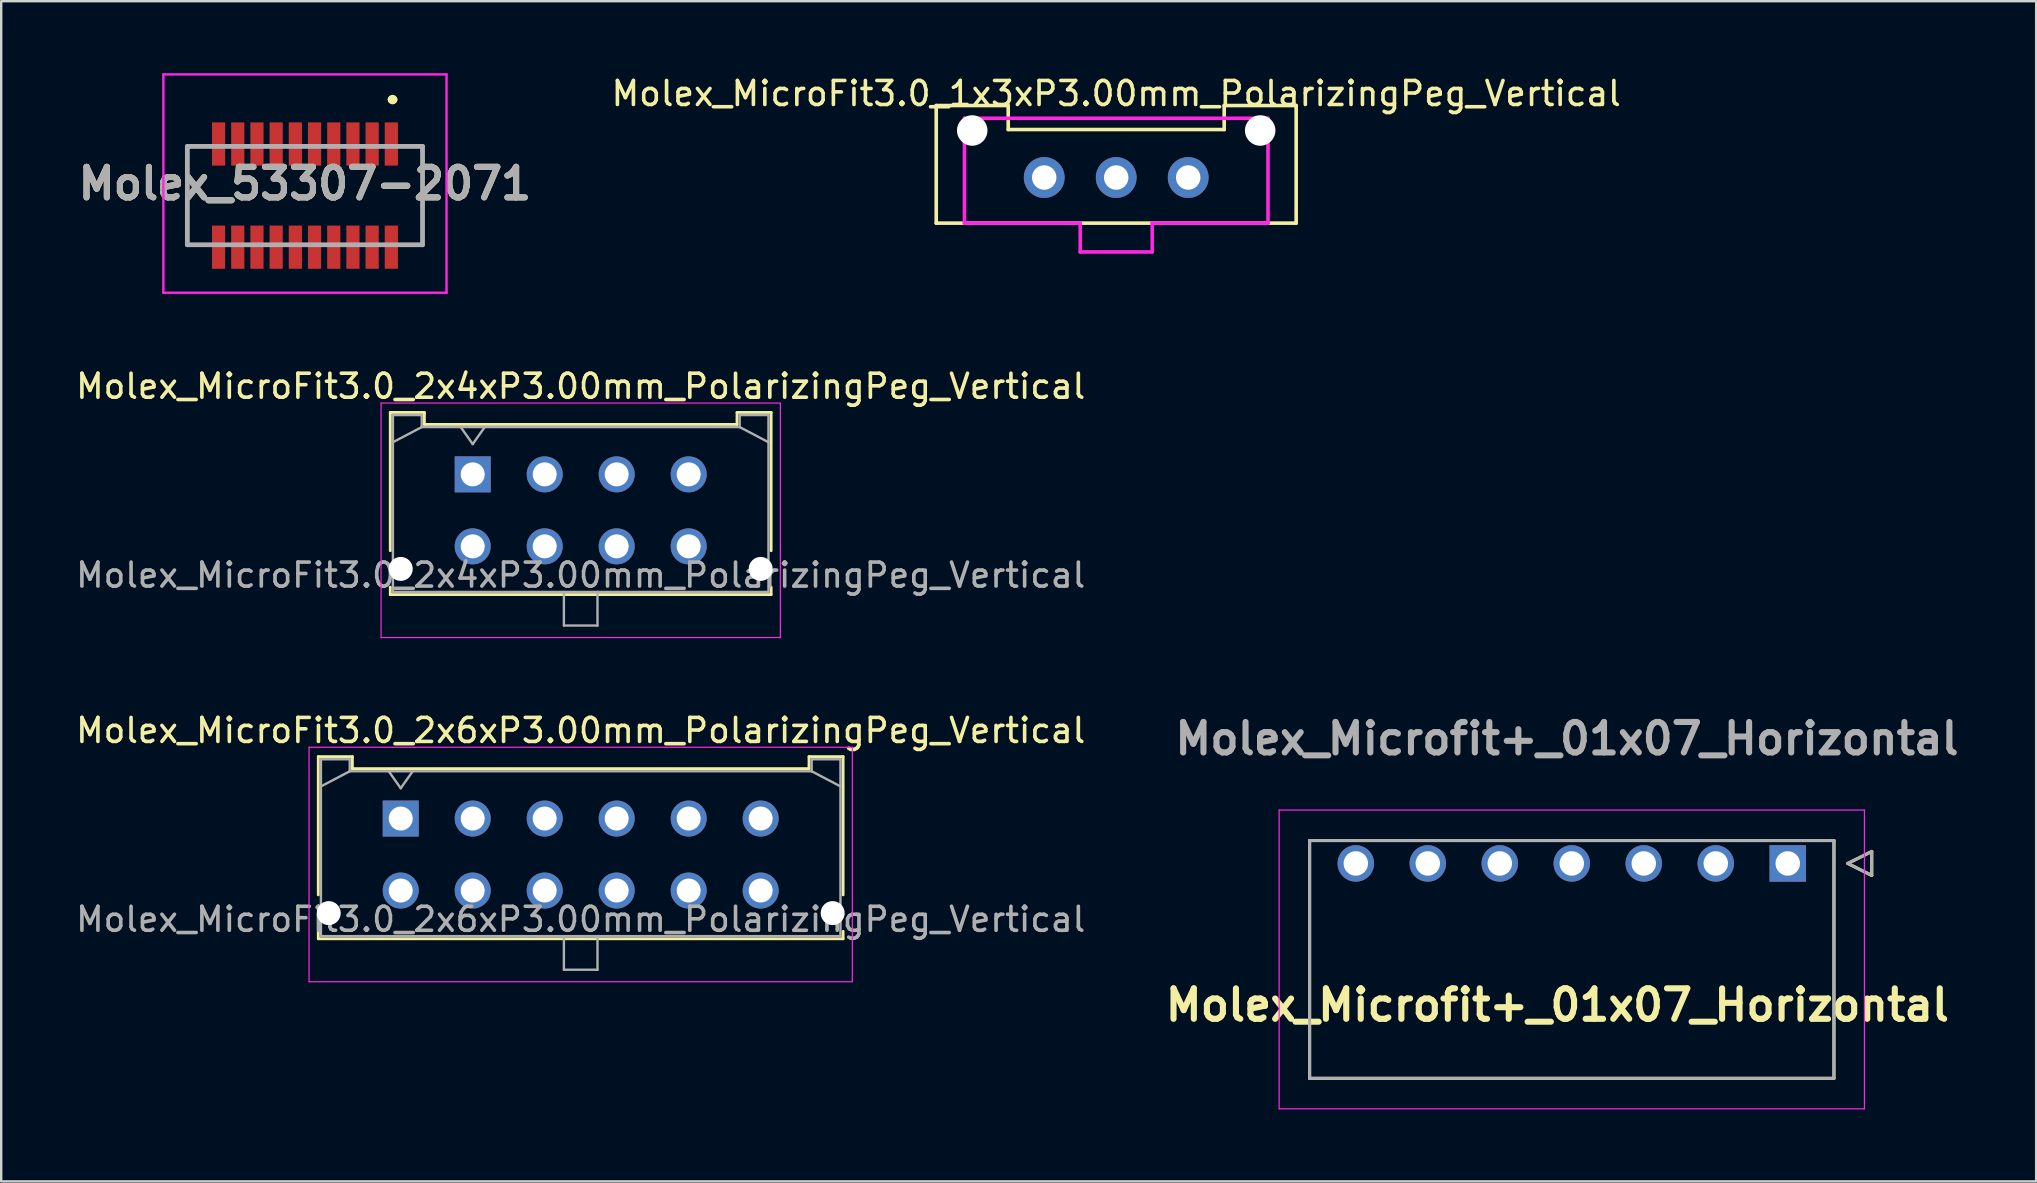
<source format=kicad_pcb>
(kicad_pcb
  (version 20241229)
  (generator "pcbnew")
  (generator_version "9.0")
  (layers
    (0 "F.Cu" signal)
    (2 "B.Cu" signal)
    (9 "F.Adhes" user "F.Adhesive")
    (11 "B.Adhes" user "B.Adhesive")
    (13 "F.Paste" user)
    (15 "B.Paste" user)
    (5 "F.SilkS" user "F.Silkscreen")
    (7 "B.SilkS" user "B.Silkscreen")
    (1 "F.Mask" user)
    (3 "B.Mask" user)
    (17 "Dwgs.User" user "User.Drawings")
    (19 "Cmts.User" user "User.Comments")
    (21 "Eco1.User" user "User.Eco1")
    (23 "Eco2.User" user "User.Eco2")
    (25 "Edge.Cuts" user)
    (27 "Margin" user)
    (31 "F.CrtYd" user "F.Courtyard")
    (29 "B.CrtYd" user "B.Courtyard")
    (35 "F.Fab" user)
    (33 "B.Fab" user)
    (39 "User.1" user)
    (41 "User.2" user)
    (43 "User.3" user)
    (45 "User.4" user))
  (footprint "Molex_MicroFit3.0_2x4xP3.00mm_PolarizingPeg_Vertical"
    (layer "F.Cu")
    (at 16.649 16.718)
    (property "Reference" "Molex_MicroFit3.0_2x4xP3.00mm_PolarizingPeg_Vertical" (at 4.5 -3.67 0) (layer "F.SilkS") (effects (font (size 1 1) (thickness 0.15))))
    (attr through_hole)
    (fp_line (start -3.435 -2.58) (end -2.015 -2.58) (stroke (width 0.12) (type solid)) (layer "F.SilkS"))
    (fp_line (start -3.435 3.18) (end -3.435 -2.58) (stroke (width 0.12) (type solid)) (layer "F.SilkS"))
    (fp_line (start -3.435 4.7) (end -3.435 5.01) (stroke (width 0.12) (type solid)) (layer "F.SilkS"))
    (fp_line (start -3.435 5.01) (end 12.435 5.01) (stroke (width 0.12) (type solid)) (layer "F.SilkS"))
    (fp_line (start -2.015 -2.58) (end -2.015 -2.08) (stroke (width 0.12) (type solid)) (layer "F.SilkS"))
    (fp_line (start -2.015 -2.08) (end 11.015 -2.08) (stroke (width 0.12) (type solid)) (layer "F.SilkS"))
    (fp_line (start 11.015 -2.58) (end 12.435 -2.58) (stroke (width 0.12) (type solid)) (layer "F.SilkS"))
    (fp_line (start 11.015 -2.08) (end 11.015 -2.58) (stroke (width 0.12) (type solid)) (layer "F.SilkS"))
    (fp_line (start 12.435 -2.58) (end 12.435 3.18) (stroke (width 0.12) (type solid)) (layer "F.SilkS"))
    (fp_line (start 12.435 5.01) (end 12.435 4.7) (stroke (width 0.12) (type solid)) (layer "F.SilkS"))
    (fp_line (start -3.82 -2.97) (end 12.82 -2.97) (stroke (width 0.05) (type solid)) (layer "F.CrtYd"))
    (fp_line (start -3.82 6.8) (end -3.82 -2.97) (stroke (width 0.05) (type solid)) (layer "F.CrtYd"))
    (fp_line (start 12.82 -2.97) (end 12.82 6.8) (stroke (width 0.05) (type solid)) (layer "F.CrtYd"))
    (fp_line (start 12.82 6.8) (end -3.82 6.8) (stroke (width 0.05) (type solid)) (layer "F.CrtYd"))
    (fp_line (start -3.325 -2.47) (end -3.325 4.9) (stroke (width 0.1) (type solid)) (layer "F.Fab"))
    (fp_line (start -3.325 -1.34) (end -2.125 -1.97) (stroke (width 0.1) (type solid)) (layer "F.Fab"))
    (fp_line (start -3.325 4.9) (end 12.325 4.9) (stroke (width 0.1) (type solid)) (layer "F.Fab"))
    (fp_line (start -2.125 -2.47) (end -3.325 -2.47) (stroke (width 0.1) (type solid)) (layer "F.Fab"))
    (fp_line (start -2.125 -1.97) (end -2.125 -2.47) (stroke (width 0.1) (type solid)) (layer "F.Fab"))
    (fp_line (start -0.5 -1.97) (end 0 -1.263) (stroke (width 0.1) (type solid)) (layer "F.Fab"))
    (fp_line (start 0 -1.263) (end 0.5 -1.97) (stroke (width 0.1) (type solid)) (layer "F.Fab"))
    (fp_line (start 3.8 4.9) (end 3.8 6.3) (stroke (width 0.1) (type solid)) (layer "F.Fab"))
    (fp_line (start 3.8 6.3) (end 5.2 6.3) (stroke (width 0.1) (type solid)) (layer "F.Fab"))
    (fp_line (start 5.2 6.3) (end 5.2 4.9) (stroke (width 0.1) (type solid)) (layer "F.Fab"))
    (fp_line (start 11.125 -2.47) (end 11.125 -1.97) (stroke (width 0.1) (type solid)) (layer "F.Fab"))
    (fp_line (start 11.125 -1.97) (end -2.125 -1.97) (stroke (width 0.1) (type solid)) (layer "F.Fab"))
    (fp_line (start 12.325 -2.47) (end 11.125 -2.47) (stroke (width 0.1) (type solid)) (layer "F.Fab"))
    (fp_line (start 12.325 -1.34) (end 11.125 -1.97) (stroke (width 0.1) (type solid)) (layer "F.Fab"))
    (fp_line (start 12.325 4.9) (end 12.325 -2.47) (stroke (width 0.1) (type solid)) (layer "F.Fab"))
    (fp_text user "${REFERENCE}" (at 4.5 4.2 0) (layer "F.Fab") (effects (font (size 1 1) (thickness 0.15))))
    (pad "" np_thru_hole circle (at -3 3.94) (size 1 1) (drill 1) (layers "*.Cu" "*.Mask"))
    (pad "" np_thru_hole circle (at 12 3.94) (size 1 1) (drill 1) (layers "*.Cu" "*.Mask"))
    (pad "1" thru_hole rect (at 0 0) (size 1.5 1.5) (drill 1) (layers "*.Cu" "*.Mask"))
    (pad "2" thru_hole circle (at 3 0) (size 1.5 1.5) (drill 1) (layers "*.Cu" "*.Mask"))
    (pad "3" thru_hole circle (at 6 0) (size 1.5 1.5) (drill 1) (layers "*.Cu" "*.Mask"))
    (pad "4" thru_hole circle (at 9 0) (size 1.5 1.5) (drill 1) (layers "*.Cu" "*.Mask"))
    (pad "5" thru_hole circle (at 0 3) (size 1.5 1.5) (drill 1) (layers "*.Cu" "*.Mask"))
    (pad "6" thru_hole circle (at 3 3) (size 1.5 1.5) (drill 1) (layers "*.Cu" "*.Mask"))
    (pad "7" thru_hole circle (at 6 3) (size 1.5 1.5) (drill 1) (layers "*.Cu" "*.Mask"))
    (pad "8" thru_hole circle (at 9 3) (size 1.5 1.5) (drill 1) (layers "*.Cu" "*.Mask")))
  (footprint "Molex_MicroFit3.0_2x6xP3.00mm_PolarizingPeg_Vertical"
    (layer "F.Cu")
    (at 13.649 31.061)
    (property "Reference" "Molex_MicroFit3.0_2x6xP3.00mm_PolarizingPeg_Vertical" (at 7.5 -3.67 0) (layer "F.SilkS") (effects (font (size 1 1) (thickness 0.15))))
    (attr through_hole)
    (fp_line (start -3.435 -2.58) (end -2.015 -2.58) (stroke (width 0.12) (type solid)) (layer "F.SilkS"))
    (fp_line (start -3.435 3.18) (end -3.435 -2.58) (stroke (width 0.12) (type solid)) (layer "F.SilkS"))
    (fp_line (start -3.435 4.7) (end -3.435 5.01) (stroke (width 0.12) (type solid)) (layer "F.SilkS"))
    (fp_line (start -3.435 5.01) (end 18.435 5.01) (stroke (width 0.12) (type solid)) (layer "F.SilkS"))
    (fp_line (start -2.015 -2.58) (end -2.015 -2.08) (stroke (width 0.12) (type solid)) (layer "F.SilkS"))
    (fp_line (start -2.015 -2.08) (end 17.015 -2.08) (stroke (width 0.12) (type solid)) (layer "F.SilkS"))
    (fp_line (start 17.015 -2.58) (end 18.435 -2.58) (stroke (width 0.12) (type solid)) (layer "F.SilkS"))
    (fp_line (start 17.015 -2.08) (end 17.015 -2.58) (stroke (width 0.12) (type solid)) (layer "F.SilkS"))
    (fp_line (start 18.435 -2.58) (end 18.435 3.18) (stroke (width 0.12) (type solid)) (layer "F.SilkS"))
    (fp_line (start 18.435 5.01) (end 18.435 4.7) (stroke (width 0.12) (type solid)) (layer "F.SilkS"))
    (fp_line (start -3.82 -2.97) (end 18.82 -2.97) (stroke (width 0.05) (type solid)) (layer "F.CrtYd"))
    (fp_line (start -3.82 6.8) (end -3.82 -2.97) (stroke (width 0.05) (type solid)) (layer "F.CrtYd"))
    (fp_line (start 18.82 -2.97) (end 18.82 6.8) (stroke (width 0.05) (type solid)) (layer "F.CrtYd"))
    (fp_line (start 18.82 6.8) (end -3.82 6.8) (stroke (width 0.05) (type solid)) (layer "F.CrtYd"))
    (fp_line (start -3.325 -2.47) (end -3.325 4.9) (stroke (width 0.1) (type solid)) (layer "F.Fab"))
    (fp_line (start -3.325 -1.34) (end -2.125 -1.97) (stroke (width 0.1) (type solid)) (layer "F.Fab"))
    (fp_line (start -3.325 4.9) (end 18.325 4.9) (stroke (width 0.1) (type solid)) (layer "F.Fab"))
    (fp_line (start -2.125 -2.47) (end -3.325 -2.47) (stroke (width 0.1) (type solid)) (layer "F.Fab"))
    (fp_line (start -2.125 -1.97) (end -2.125 -2.47) (stroke (width 0.1) (type solid)) (layer "F.Fab"))
    (fp_line (start -0.5 -1.97) (end 0 -1.263) (stroke (width 0.1) (type solid)) (layer "F.Fab"))
    (fp_line (start 0 -1.263) (end 0.5 -1.97) (stroke (width 0.1) (type solid)) (layer "F.Fab"))
    (fp_line (start 6.8 4.9) (end 6.8 6.3) (stroke (width 0.1) (type solid)) (layer "F.Fab"))
    (fp_line (start 6.8 6.3) (end 8.2 6.3) (stroke (width 0.1) (type solid)) (layer "F.Fab"))
    (fp_line (start 8.2 6.3) (end 8.2 4.9) (stroke (width 0.1) (type solid)) (layer "F.Fab"))
    (fp_line (start 17.125 -2.47) (end 17.125 -1.97) (stroke (width 0.1) (type solid)) (layer "F.Fab"))
    (fp_line (start 17.125 -1.97) (end -2.125 -1.97) (stroke (width 0.1) (type solid)) (layer "F.Fab"))
    (fp_line (start 18.325 -2.47) (end 17.125 -2.47) (stroke (width 0.1) (type solid)) (layer "F.Fab"))
    (fp_line (start 18.325 -1.34) (end 17.125 -1.97) (stroke (width 0.1) (type solid)) (layer "F.Fab"))
    (fp_line (start 18.325 4.9) (end 18.325 -2.47) (stroke (width 0.1) (type solid)) (layer "F.Fab"))
    (fp_text user "${REFERENCE}" (at 7.5 4.2 0) (layer "F.Fab") (effects (font (size 1 1) (thickness 0.15))))
    (pad "" np_thru_hole circle (at -3 3.94) (size 1 1) (drill 1) (layers "*.Cu" "*.Mask"))
    (pad "" np_thru_hole circle (at 18 3.94) (size 1 1) (drill 1) (layers "*.Cu" "*.Mask"))
    (pad "1" thru_hole rect (at 0 0) (size 1.5 1.5) (drill 1) (layers "*.Cu" "*.Mask"))
    (pad "2" thru_hole circle (at 3 0) (size 1.5 1.5) (drill 1) (layers "*.Cu" "*.Mask"))
    (pad "3" thru_hole circle (at 6 0) (size 1.5 1.5) (drill 1) (layers "*.Cu" "*.Mask"))
    (pad "4" thru_hole circle (at 9 0) (size 1.5 1.5) (drill 1) (layers "*.Cu" "*.Mask"))
    (pad "5" thru_hole circle (at 12 0) (size 1.5 1.5) (drill 1) (layers "*.Cu" "*.Mask"))
    (pad "6" thru_hole circle (at 15 0) (size 1.5 1.5) (drill 1) (layers "*.Cu" "*.Mask"))
    (pad "7" thru_hole circle (at 0 3) (size 1.5 1.5) (drill 1) (layers "*.Cu" "*.Mask"))
    (pad "8" thru_hole circle (at 3 3) (size 1.5 1.5) (drill 1) (layers "*.Cu" "*.Mask"))
    (pad "9" thru_hole circle (at 6 3) (size 1.5 1.5) (drill 1) (layers "*.Cu" "*.Mask"))
    (pad "10" thru_hole circle (at 9 3) (size 1.5 1.5) (drill 1) (layers "*.Cu" "*.Mask"))
    (pad "11" thru_hole circle (at 12 3) (size 1.5 1.5) (drill 1) (layers "*.Cu" "*.Mask"))
    (pad "12" thru_hole circle (at 15 3) (size 1.5 1.5) (drill 1) (layers "*.Cu" "*.Mask")))
  (footprint "Molex_Microfit+_01x07_Horizontal"
    (layer "F.Cu")
    (at 71.45 32.932)
    (property "Reference" "Molex_Microfit+_01x07_Horizontal" (at -9.6 5.9 0) (layer "F.SilkS") (effects (font (size 1.27 1.27) (thickness 0.254))))
    (attr through_hole)
    (fp_line (start -19.925 -0.955) (end 1.925 -0.955) (stroke (width 0.127) (type solid)) (layer "F.SilkS"))
    (fp_line (start -19.925 8.955) (end -19.925 -0.955) (stroke (width 0.127) (type solid)) (layer "F.SilkS"))
    (fp_line (start 1.925 -0.955) (end 1.925 8.955) (stroke (width 0.127) (type solid)) (layer "F.SilkS"))
    (fp_line (start 1.925 8.955) (end -19.925 8.955) (stroke (width 0.127) (type solid)) (layer "F.SilkS"))
    (fp_line (start 2.5 0) (end 3.5 -0.5) (stroke (width 0.127) (type solid)) (layer "F.SilkS"))
    (fp_line (start 3.5 -0.5) (end 3.5 0.5) (stroke (width 0.127) (type solid)) (layer "F.SilkS"))
    (fp_line (start 3.5 0.5) (end 2.5 0) (stroke (width 0.127) (type solid)) (layer "F.SilkS"))
    (fp_line (start -21.195 -2.225) (end 3.195 -2.225) (stroke (width 0.05) (type solid)) (layer "F.CrtYd"))
    (fp_line (start -21.195 10.225) (end -21.195 -2.225) (stroke (width 0.05) (type solid)) (layer "F.CrtYd"))
    (fp_line (start 3.195 -2.225) (end 3.195 10.225) (stroke (width 0.05) (type solid)) (layer "F.CrtYd"))
    (fp_line (start 3.195 10.225) (end -21.195 10.225) (stroke (width 0.05) (type solid)) (layer "F.CrtYd"))
    (fp_line (start -19.925 -0.955) (end 1.925 -0.955) (stroke (width 0.127) (type solid)) (layer "F.Fab"))
    (fp_line (start -19.925 8.955) (end -19.925 -0.955) (stroke (width 0.127) (type solid)) (layer "F.Fab"))
    (fp_line (start 1.925 -0.955) (end 1.925 8.955) (stroke (width 0.127) (type solid)) (layer "F.Fab"))
    (fp_line (start 1.925 8.955) (end -19.925 8.955) (stroke (width 0.127) (type solid)) (layer "F.Fab"))
    (fp_line (start 2.5 0) (end 3.5 -0.5) (stroke (width 0.127) (type solid)) (layer "F.Fab"))
    (fp_line (start 3.5 -0.5) (end 3.5 0.5) (stroke (width 0.127) (type solid)) (layer "F.Fab"))
    (fp_line (start 3.5 0.5) (end 2.5 0) (stroke (width 0.127) (type solid)) (layer "F.Fab"))
    (fp_text user "${REFERENCE}" (at -9.2 -5.2 0) (layer "F.Fab") (effects (font (size 1.27 1.27) (thickness 0.254))))
    (pad "" np_thru_hole circle (at -15.84 4.3) (size 0.001 0.001) (drill 3) (layers "*.Cu" "*.Mask"))
    (pad "" np_thru_hole circle (at -2.16 4.3) (size 0.001 0.001) (drill 3) (layers "*.Cu" "*.Mask"))
    (pad "1" thru_hole rect (at 0 0) (size 1.52 1.52) (drill 1.02) (layers "*.Cu" "*.Mask"))
    (pad "2" thru_hole circle (at -3 0) (size 1.52 1.52) (drill 1.02) (layers "*.Cu" "*.Mask"))
    (pad "3" thru_hole circle (at -6 0) (size 1.52 1.52) (drill 1.02) (layers "*.Cu" "*.Mask"))
    (pad "4" thru_hole circle (at -9 0) (size 1.52 1.52) (drill 1.02) (layers "*.Cu" "*.Mask"))
    (pad "5" thru_hole circle (at -12 0) (size 1.52 1.52) (drill 1.02) (layers "*.Cu" "*.Mask"))
    (pad "6" thru_hole circle (at -15 0) (size 1.52 1.52) (drill 1.02) (layers "*.Cu" "*.Mask"))
    (pad "7" thru_hole circle (at -18 0) (size 1.52 1.52) (drill 1.02) (layers "*.Cu" "*.Mask")))
  (footprint "Molex_MicroFit3.0_1x3xP3.00mm_PolarizingPeg_Vertical"
    (layer "F.Cu")
    (at 40.465 4.348)
    (property "Reference" "Molex_MicroFit3.0_1x3xP3.00mm_PolarizingPeg_Vertical" (at 3 -3.5 0) (layer "F.SilkS") (effects (font (size 1 1) (thickness 0.15))))
    (attr through_hole)
    (fp_line (start -4.5 -3) (end -1.5 -3) (stroke (width 0.15) (type solid)) (layer "F.SilkS"))
    (fp_line (start -4.5 1.9) (end -4.5 -3) (stroke (width 0.15) (type solid)) (layer "F.SilkS"))
    (fp_line (start -1.5 -3) (end -1.5 -2) (stroke (width 0.15) (type solid)) (layer "F.SilkS"))
    (fp_line (start -1.5 -2) (end 7.5 -2) (stroke (width 0.15) (type solid)) (layer "F.SilkS"))
    (fp_line (start 7.5 -3) (end 10.5 -3) (stroke (width 0.15) (type solid)) (layer "F.SilkS"))
    (fp_line (start 7.5 -2) (end 7.5 -3) (stroke (width 0.15) (type solid)) (layer "F.SilkS"))
    (fp_line (start 10.5 -3) (end 10.5 1.9) (stroke (width 0.15) (type solid)) (layer "F.SilkS"))
    (fp_line (start 10.5 1.9) (end -4.5 1.9) (stroke (width 0.15) (type solid)) (layer "F.SilkS"))
    (fp_line (start -3.325 -2.47) (end 9.325 -2.47) (stroke (width 0.15) (type solid)) (layer "F.CrtYd"))
    (fp_line (start -3.325 1.9) (end -3.325 -2.47) (stroke (width 0.15) (type solid)) (layer "F.CrtYd"))
    (fp_line (start 1.5 1.9) (end -3.325 1.9) (stroke (width 0.15) (type solid)) (layer "F.CrtYd"))
    (fp_line (start 1.5 3.1) (end 1.5 1.9) (stroke (width 0.15) (type solid)) (layer "F.CrtYd"))
    (fp_line (start 4.5 1.9) (end 4.5 3.1) (stroke (width 0.15) (type solid)) (layer "F.CrtYd"))
    (fp_line (start 4.5 3.1) (end 1.5 3.1) (stroke (width 0.15) (type solid)) (layer "F.CrtYd"))
    (fp_line (start 9.325 -2.47) (end 9.325 1.9) (stroke (width 0.15) (type solid)) (layer "F.CrtYd"))
    (fp_line (start 9.325 1.9) (end 4.5 1.9) (stroke (width 0.15) (type solid)) (layer "F.CrtYd"))
    (pad "" np_thru_hole circle (at -3 -1.96) (size 1.27 1.27) (drill 1.27) (layers "*.Cu" "*.Mask"))
    (pad "" np_thru_hole circle (at 9 -1.96) (size 1.27 1.27) (drill 1.27) (layers "*.Cu" "*.Mask"))
    (pad "1" thru_hole circle (at 0 0) (size 1.7 1.7) (drill 1.02) (layers "*.Cu" "*.Mask"))
    (pad "2" thru_hole circle (at 3 0) (size 1.7 1.7) (drill 1.02) (layers "*.Cu" "*.Mask"))
    (pad "3" thru_hole circle (at 6 0) (size 1.7 1.7) (drill 1.02) (layers "*.Cu" "*.Mask")))
  (footprint "Molex_53307-2071"
    (layer "F.Cu")
    (at 9.658 5.1)
    (property "Reference" "Molex_53307-2071" (at 0 -0.5 0) (layer "F.SilkS") (effects (font (size 1.27 1.27) (thickness 0.254))))
    (attr smd)
    (fp_line (start -4.9 -2.05) (end -4.9 2.05) (stroke (width 0.1) (type solid)) (layer "F.SilkS"))
    (fp_line (start 3.6 -4) (end 3.6 -4) (stroke (width 0.3) (type solid)) (layer "F.SilkS"))
    (fp_line (start 3.7 -4) (end 3.7 -4) (stroke (width 0.3) (type solid)) (layer "F.SilkS"))
    (fp_line (start 4.9 -2.05) (end 4.9 2.05) (stroke (width 0.1) (type solid)) (layer "F.SilkS"))
    (fp_arc (start 3.6 -4) (mid 3.65 -4.05) (end 3.7 -4) (stroke (width 0.3) (type solid)) (layer "F.SilkS"))
    (fp_arc (start 3.7 -4) (mid 3.65 -3.95) (end 3.6 -4) (stroke (width 0.3) (type solid)) (layer "F.SilkS"))
    (fp_line (start -5.9 -5.05) (end 5.9 -5.05) (stroke (width 0.1) (type solid)) (layer "F.CrtYd"))
    (fp_line (start -5.9 4.05) (end -5.9 -5.05) (stroke (width 0.1) (type solid)) (layer "F.CrtYd"))
    (fp_line (start 5.9 -5.05) (end 5.9 4.05) (stroke (width 0.1) (type solid)) (layer "F.CrtYd"))
    (fp_line (start 5.9 4.05) (end -5.9 4.05) (stroke (width 0.1) (type solid)) (layer "F.CrtYd"))
    (fp_line (start -4.9 -2.05) (end 4.9 -2.05) (stroke (width 0.2) (type solid)) (layer "F.Fab"))
    (fp_line (start -4.9 2.05) (end -4.9 -2.05) (stroke (width 0.2) (type solid)) (layer "F.Fab"))
    (fp_line (start 4.9 -2.05) (end 4.9 2.05) (stroke (width 0.2) (type solid)) (layer "F.Fab"))
    (fp_line (start 4.9 2.05) (end -4.9 2.05) (stroke (width 0.2) (type solid)) (layer "F.Fab"))
    (fp_text user "${REFERENCE}" (at 0 -0.5 0) (layer "F.Fab") (effects (font (size 1.27 1.27) (thickness 0.254))))
    (pad "1" smd rect (at 3.6 -2.15) (size 0.55 1.8) (layers "F.Cu" "F.Mask" "F.Paste"))
    (pad "2" smd rect (at 3.6 2.15) (size 0.55 1.8) (layers "F.Cu" "F.Mask" "F.Paste"))
    (pad "3" smd rect (at 2.8 -2.15) (size 0.55 1.8) (layers "F.Cu" "F.Mask" "F.Paste"))
    (pad "4" smd rect (at 2.8 2.15) (size 0.55 1.8) (layers "F.Cu" "F.Mask" "F.Paste"))
    (pad "5" smd rect (at 2 -2.15) (size 0.55 1.8) (layers "F.Cu" "F.Mask" "F.Paste"))
    (pad "6" smd rect (at 2 2.15) (size 0.55 1.8) (layers "F.Cu" "F.Mask" "F.Paste"))
    (pad "7" smd rect (at 1.2 -2.15) (size 0.55 1.8) (layers "F.Cu" "F.Mask" "F.Paste"))
    (pad "8" smd rect (at 1.2 2.15) (size 0.55 1.8) (layers "F.Cu" "F.Mask" "F.Paste"))
    (pad "9" smd rect (at 0.4 -2.15) (size 0.55 1.8) (layers "F.Cu" "F.Mask" "F.Paste"))
    (pad "10" smd rect (at 0.4 2.15) (size 0.55 1.8) (layers "F.Cu" "F.Mask" "F.Paste"))
    (pad "11" smd rect (at -0.4 -2.15) (size 0.55 1.8) (layers "F.Cu" "F.Mask" "F.Paste"))
    (pad "12" smd rect (at -0.4 2.15) (size 0.55 1.8) (layers "F.Cu" "F.Mask" "F.Paste"))
    (pad "13" smd rect (at -1.2 -2.15) (size 0.55 1.8) (layers "F.Cu" "F.Mask" "F.Paste"))
    (pad "14" smd rect (at -1.2 2.15) (size 0.55 1.8) (layers "F.Cu" "F.Mask" "F.Paste"))
    (pad "15" smd rect (at -2 -2.15) (size 0.55 1.8) (layers "F.Cu" "F.Mask" "F.Paste"))
    (pad "16" smd rect (at -2 2.15) (size 0.55 1.8) (layers "F.Cu" "F.Mask" "F.Paste"))
    (pad "17" smd rect (at -2.8 -2.15) (size 0.55 1.8) (layers "F.Cu" "F.Mask" "F.Paste"))
    (pad "18" smd rect (at -2.8 2.15) (size 0.55 1.8) (layers "F.Cu" "F.Mask" "F.Paste"))
    (pad "19" smd rect (at -3.6 -2.15) (size 0.55 1.8) (layers "F.Cu" "F.Mask" "F.Paste"))
    (pad "20" smd rect (at -3.6 2.15) (size 0.55 1.8) (layers "F.Cu" "F.Mask" "F.Paste")))
  (gr_rect
    (start -3 -3)
    (end 81.802 46.182)
    (stroke (width 0.1) (type default))
    (fill no)
    (layer "Edge.Cuts")))
</source>
